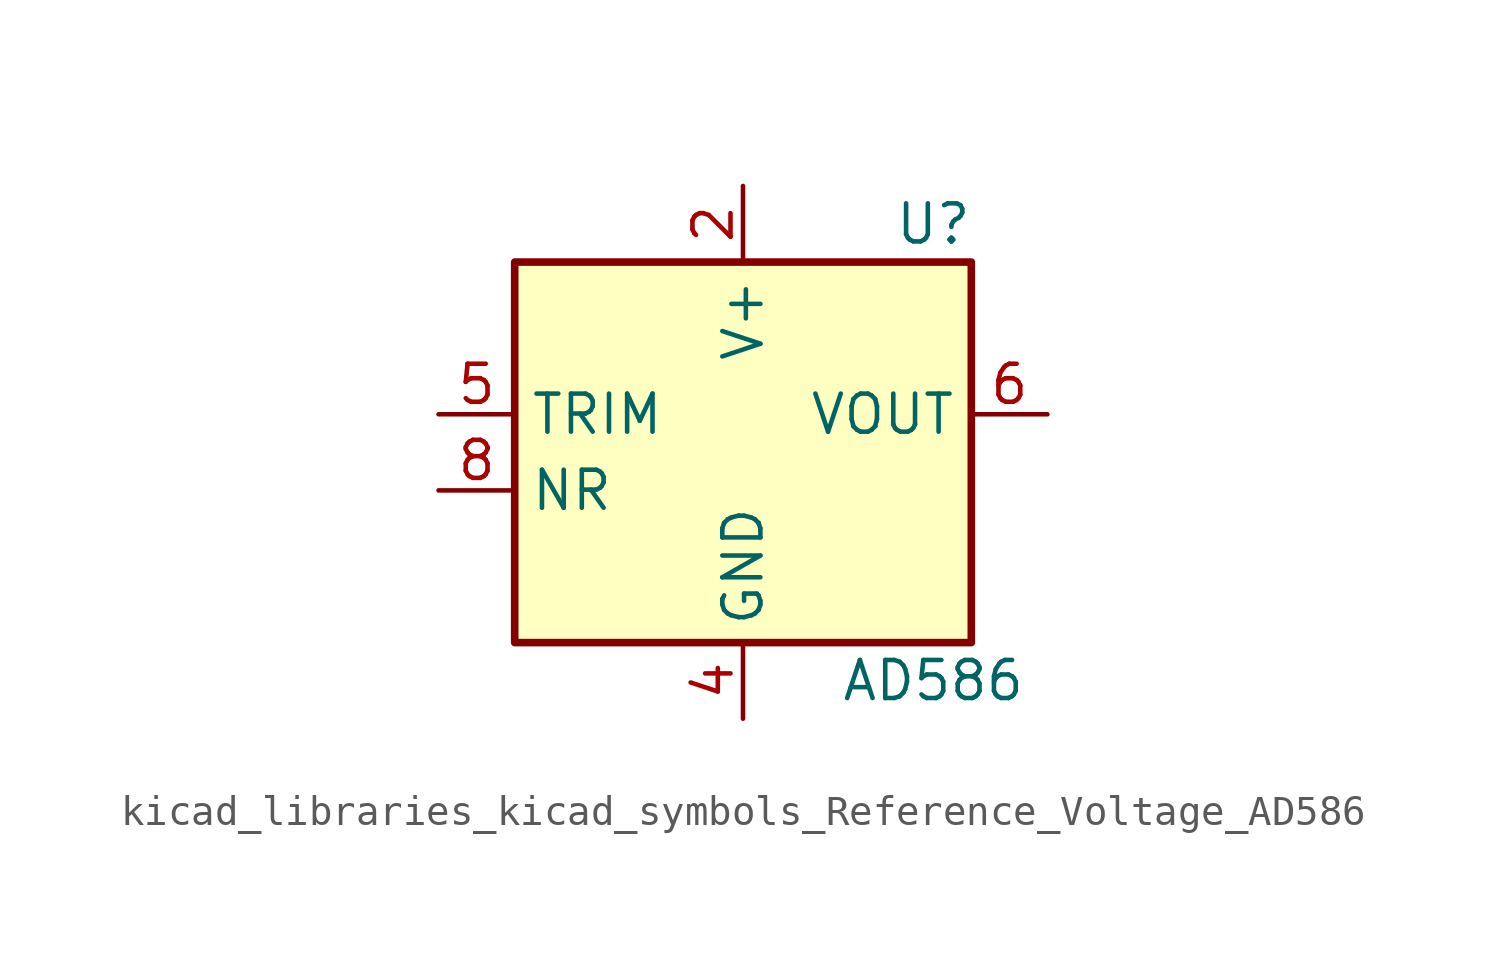
<source format=kicad_sym>
(kicad_symbol_lib
  (version 20220914)
  (generator kicad_symbol_editor)
  (symbol "kicad_libraries_kicad_symbols_Reference_Voltage_AD586"
    (property "Reference" "U"
      (at 6.35 6.35 0)
      (effects (font (size 1.27 1.27))))
    (property "Value" "AD586"
      (at 6.35 -8.89 0)
      (effects (font (size 1.27 1.27))))
    (symbol "kicad_libraries_kicad_symbols_Reference_Voltage_AD586_0_1"
      (rectangle (start -7.62 5.08) (end 7.62 -7.62) (stroke (width 0.254) (type default)) (fill (type background))))
    (symbol "kicad_libraries_kicad_symbols_Reference_Voltage_AD586_1_1"
      (pin no_connect line (at -7.62 2.54 0) (length 2.54) hide (name "NC" (effects (font (size 1.27 1.27)))) (number "1" (effects (font (size 1.27 1.27)))))
      (pin power_in line (at 0 7.62 270) (length 2.54) (name "V+" (effects (font (size 1.27 1.27)))) (number "2" (effects (font (size 1.27 1.27)))))
      (pin no_connect line (at -7.62 -5.08 0) (length 2.54) hide (name "NC" (effects (font (size 1.27 1.27)))) (number "3" (effects (font (size 1.27 1.27)))))
      (pin power_in line (at 0 -10.16 90) (length 2.54) (name "GND" (effects (font (size 1.27 1.27)))) (number "4" (effects (font (size 1.27 1.27)))))
      (pin input line (at -10.16 0 0) (length 2.54) (name "TRIM" (effects (font (size 1.27 1.27)))) (number "5" (effects (font (size 1.27 1.27)))))
      (pin power_out line (at 10.16 0 180) (length 2.54) (name "VOUT" (effects (font (size 1.27 1.27)))) (number "6" (effects (font (size 1.27 1.27)))))
      (pin no_connect line (at 7.62 -5.08 180) (length 2.54) hide (name "NC" (effects (font (size 1.27 1.27)))) (number "7" (effects (font (size 1.27 1.27)))))
      (pin input line (at -10.16 -2.54 0) (length 2.54) (name "NR" (effects (font (size 1.27 1.27)))) (number "8" (effects (font (size 1.27 1.27))))))))
</source>
